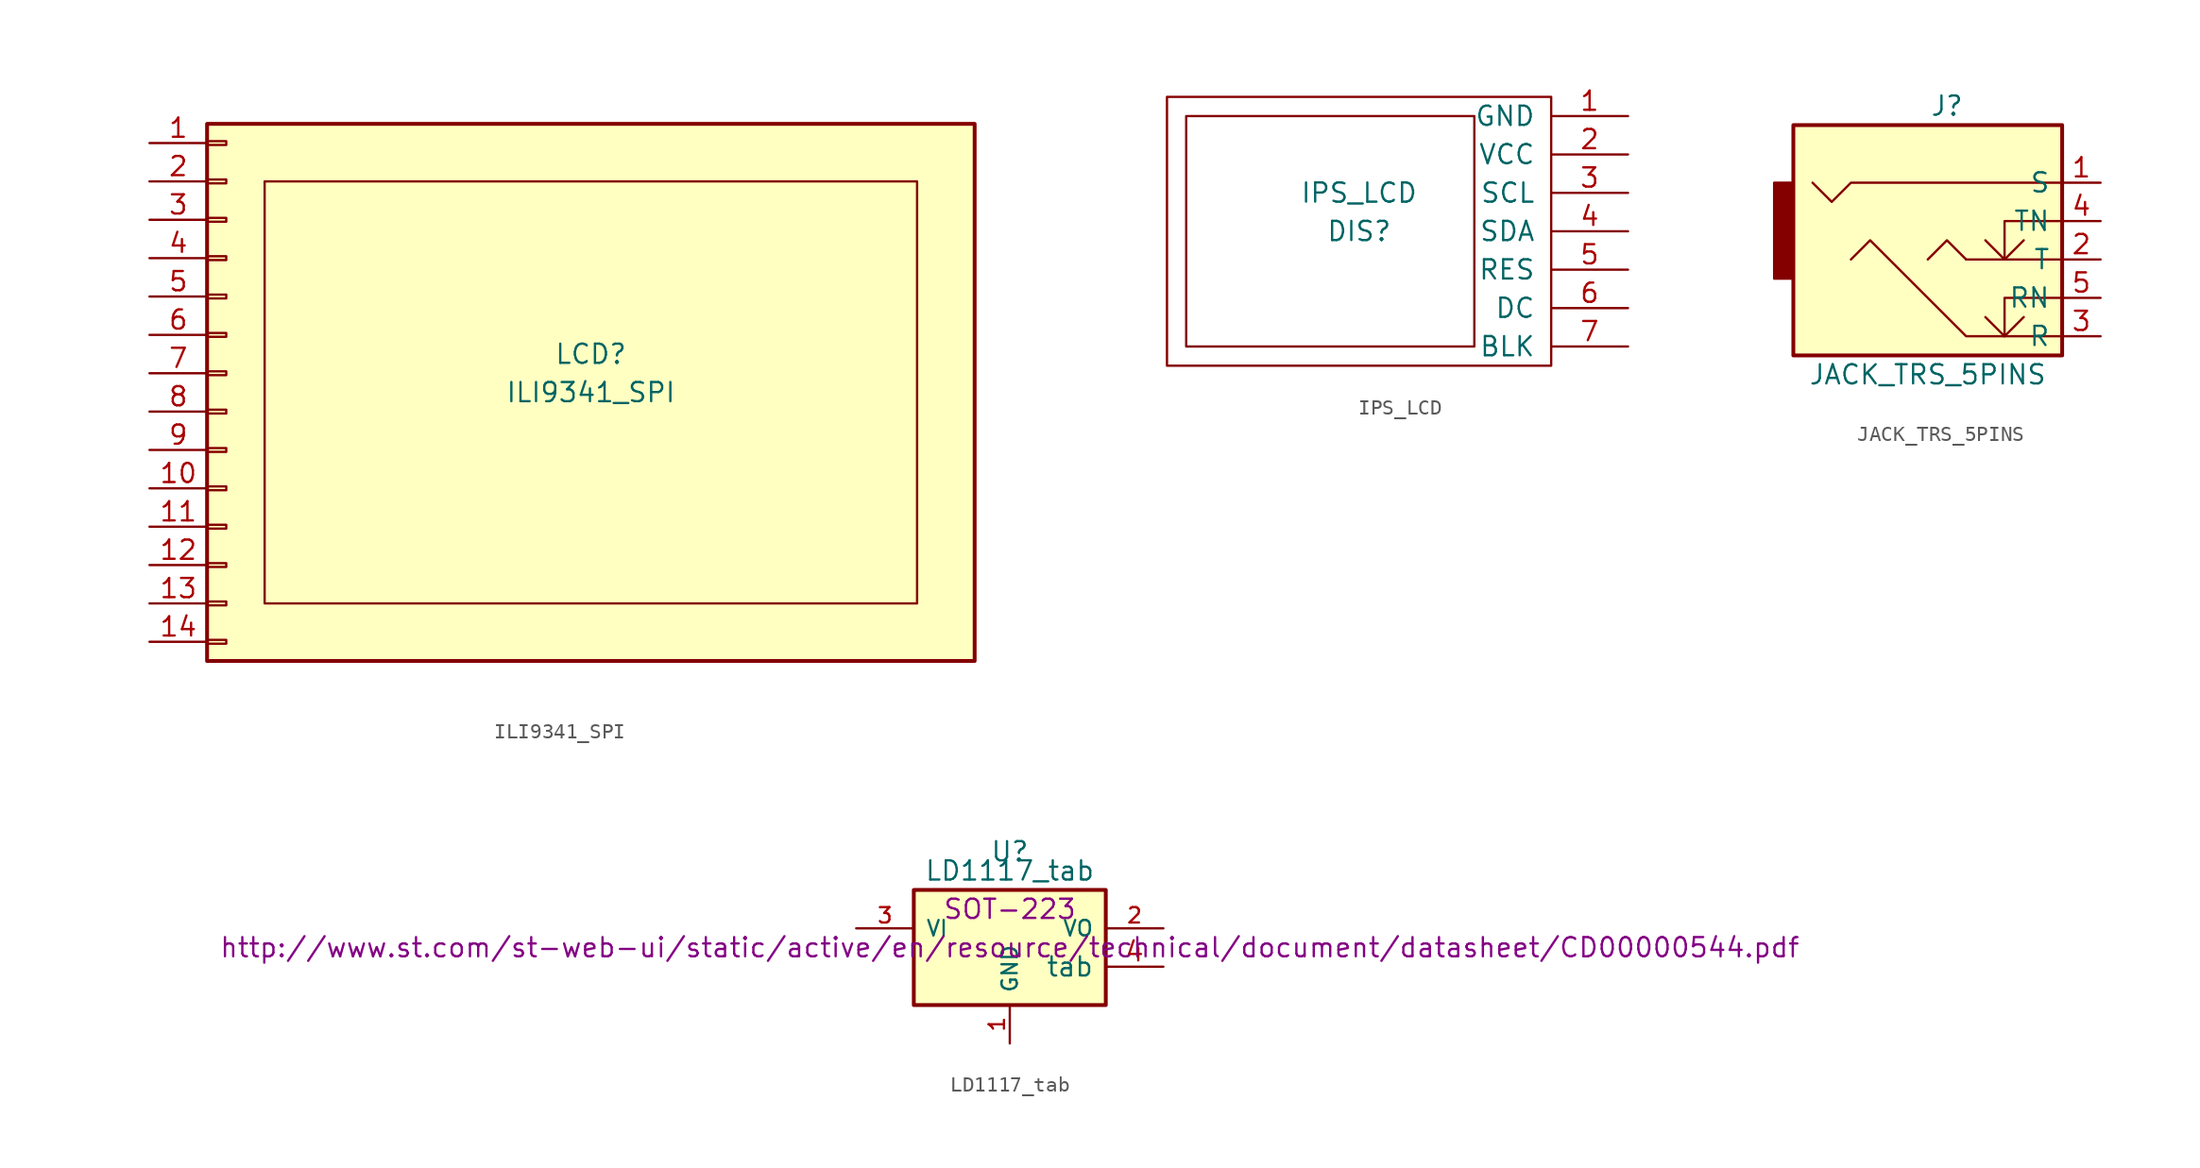
<source format=kicad_sym>
(kicad_symbol_lib
  (version 20211014)
  (generator kicad_symbol_editor)
  (symbol "ILI9341_SPI"
    (pin_names
      (offset 1.016) hide)
    (property "Reference" "LCD"
      (at 24.13 1.27 0)
      (effects (font (size 1.27 1.27))))
    (property "Value" "ILI9341_SPI"
      (at 24.13 -1.27 0)
      (effects (font (size 1.27 1.27))))
    (symbol "ILI9341_SPI_0_1"
      (rectangle (start 2.54 12.7) (end 45.72 -15.24) (stroke (width 0) (type default) (color 0 0 0 0)) (fill (type none))))
    (symbol "ILI9341_SPI_1_1"
      (rectangle (start -1.27 -17.653) (end 0 -17.907) (stroke (width 0.152) (type default) (color 0 0 0 0)) (fill (type none)))
      (rectangle (start -1.27 -15.113) (end 0 -15.367) (stroke (width 0.152) (type default) (color 0 0 0 0)) (fill (type none)))
      (rectangle (start -1.27 -12.573) (end 0 -12.827) (stroke (width 0.152) (type default) (color 0 0 0 0)) (fill (type none)))
      (rectangle (start -1.27 -10.033) (end 0 -10.287) (stroke (width 0.152) (type default) (color 0 0 0 0)) (fill (type none)))
      (rectangle (start -1.27 -7.493) (end 0 -7.747) (stroke (width 0.152) (type default) (color 0 0 0 0)) (fill (type none)))
      (rectangle (start -1.27 -4.953) (end 0 -5.207) (stroke (width 0.152) (type default) (color 0 0 0 0)) (fill (type none)))
      (rectangle (start -1.27 -2.413) (end 0 -2.667) (stroke (width 0.152) (type default) (color 0 0 0 0)) (fill (type none)))
      (rectangle (start -1.27 0.127) (end 0 -0.127) (stroke (width 0.152) (type default) (color 0 0 0 0)) (fill (type none)))
      (rectangle (start -1.27 2.667) (end 0 2.413) (stroke (width 0.152) (type default) (color 0 0 0 0)) (fill (type none)))
      (rectangle (start -1.27 5.207) (end 0 4.953) (stroke (width 0.152) (type default) (color 0 0 0 0)) (fill (type none)))
      (rectangle (start -1.27 7.747) (end 0 7.493) (stroke (width 0.152) (type default) (color 0 0 0 0)) (fill (type none)))
      (rectangle (start -1.27 10.287) (end 0 10.033) (stroke (width 0.152) (type default) (color 0 0 0 0)) (fill (type none)))
      (rectangle (start -1.27 12.827) (end 0 12.573) (stroke (width 0.152) (type default) (color 0 0 0 0)) (fill (type none)))
      (rectangle (start -1.27 15.367) (end 0 15.113) (stroke (width 0.152) (type default) (color 0 0 0 0)) (fill (type none)))
      (rectangle (start -1.27 16.51) (end 49.53 -19.05) (stroke (width 0.254) (type default) (color 0 0 0 0)) (fill (type background)))
      (pin passive line (at -5.08 15.24 0) (length 3.81) (name "VCC" (effects (font (size 1.27 1.27)))) (number "1" (effects (font (size 1.27 1.27)))))
      (pin passive line (at -5.08 -7.62 0) (length 3.81) (name "NC" (effects (font (size 1.27 1.27)))) (number "10" (effects (font (size 1.27 1.27)))))
      (pin passive line (at -5.08 -10.16 0) (length 3.81) (name "NC" (effects (font (size 1.27 1.27)))) (number "11" (effects (font (size 1.27 1.27)))))
      (pin passive line (at -5.08 -12.7 0) (length 3.81) (name "NC" (effects (font (size 1.27 1.27)))) (number "12" (effects (font (size 1.27 1.27)))))
      (pin passive line (at -5.08 -15.24 0) (length 3.81) (name "NC" (effects (font (size 1.27 1.27)))) (number "13" (effects (font (size 1.27 1.27)))))
      (pin passive line (at -5.08 -17.78 0) (length 3.81) (name "NC" (effects (font (size 1.27 1.27)))) (number "14" (effects (font (size 1.27 1.27)))))
      (pin passive line (at -5.08 12.7 0) (length 3.81) (name "GND" (effects (font (size 1.27 1.27)))) (number "2" (effects (font (size 1.27 1.27)))))
      (pin passive line (at -5.08 10.16 0) (length 3.81) (name "CS" (effects (font (size 1.27 1.27)))) (number "3" (effects (font (size 1.27 1.27)))))
      (pin passive line (at -5.08 7.62 0) (length 3.81) (name "NRST" (effects (font (size 1.27 1.27)))) (number "4" (effects (font (size 1.27 1.27)))))
      (pin passive line (at -5.08 5.08 0) (length 3.81) (name "D/C" (effects (font (size 1.27 1.27)))) (number "5" (effects (font (size 1.27 1.27)))))
      (pin passive line (at -5.08 2.54 0) (length 3.81) (name "SDI" (effects (font (size 1.27 1.27)))) (number "6" (effects (font (size 1.27 1.27)))))
      (pin passive line (at -5.08 0 0) (length 3.81) (name "SCK" (effects (font (size 1.27 1.27)))) (number "7" (effects (font (size 1.27 1.27)))))
      (pin passive line (at -5.08 -2.54 0) (length 3.81) (name "LED" (effects (font (size 1.27 1.27)))) (number "8" (effects (font (size 1.27 1.27)))))
      (pin passive line (at -5.08 -5.08 0) (length 3.81) (name "SDO" (effects (font (size 1.27 1.27)))) (number "9" (effects (font (size 1.27 1.27)))))))
  (symbol "IPS_LCD"
    (pin_names
      (offset 1.016))
    (property "Reference" "DIS"
      (at 0 0 0)
      (effects (font (size 1.27 1.27))))
    (property "Value" "IPS_LCD"
      (at 0 2.54 0)
      (effects (font (size 1.27 1.27))))
    (symbol "IPS_LCD_0_1"
      (rectangle (start -12.7 8.89) (end 12.7 -8.89) (stroke (width 0) (type default) (color 0 0 0 0)) (fill (type none)))
      (rectangle (start -11.43 7.62) (end 7.62 -7.62) (stroke (width 0) (type default) (color 0 0 0 0)) (fill (type none))))
    (symbol "IPS_LCD_1_1"
      (pin power_in line (at 17.78 7.62 180) (length 5.08) (name "GND" (effects (font (size 1.27 1.27)))) (number "1" (effects (font (size 1.27 1.27)))))
      (pin power_in line (at 17.78 5.08 180) (length 5.08) (name "VCC" (effects (font (size 1.27 1.27)))) (number "2" (effects (font (size 1.27 1.27)))))
      (pin input line (at 17.78 2.54 180) (length 5.08) (name "SCL" (effects (font (size 1.27 1.27)))) (number "3" (effects (font (size 1.27 1.27)))))
      (pin input line (at 17.78 0 180) (length 5.08) (name "SDA" (effects (font (size 1.27 1.27)))) (number "4" (effects (font (size 1.27 1.27)))))
      (pin input line (at 17.78 -2.54 180) (length 5.08) (name "RES" (effects (font (size 1.27 1.27)))) (number "5" (effects (font (size 1.27 1.27)))))
      (pin input line (at 17.78 -5.08 180) (length 5.08) (name "DC" (effects (font (size 1.27 1.27)))) (number "6" (effects (font (size 1.27 1.27)))))
      (pin input line (at 17.78 -7.62 180) (length 5.08) (name "BLK" (effects (font (size 1.27 1.27)))) (number "7" (effects (font (size 1.27 1.27)))))))
  (symbol "JACK_TRS_5PINS"
    (pin_names
      (offset 0.762))
    (property "Reference" "J"
      (at 0 10.16 0)
      (effects (font (size 1.27 1.27))))
    (property "Value" "JACK_TRS_5PINS"
      (at -1.27 -7.62 0)
      (effects (font (size 1.27 1.27))))
    (symbol "JACK_TRS_5PINS_0_0"
      (polyline (pts (xy 3.81 -5.08) (xy 3.81 -2.54) (xy 7.62 -2.54)) (stroke (width 0) (type default) (color 0 0 0 0)) (fill (type none)))
      (polyline (pts (xy 3.81 0) (xy 3.81 2.54) (xy 7.62 2.54)) (stroke (width 0) (type default) (color 0 0 0 0)) (fill (type none)))
      (polyline (pts (xy -8.89 5.08) (xy -7.62 3.81) (xy -6.35 5.08) (xy 7.62 5.08)) (stroke (width 0) (type default) (color 0 0 0 0)) (fill (type none)))
      (polyline (pts (xy -6.35 0) (xy -5.08 1.27) (xy 1.27 -5.08) (xy 7.62 -5.08)) (stroke (width 0) (type default) (color 0 0 0 0)) (fill (type none))))
    (symbol "JACK_TRS_5PINS_0_1"
      (rectangle (start -11.43 5.08) (end -10.16 -1.27) (stroke (width 0) (type default) (color 0 0 0 0)) (fill (type outline)))
      (polyline (pts (xy 1.27 0) (xy 7.62 0)) (stroke (width 0) (type default) (color 0 0 0 0)) (fill (type none)))
      (polyline (pts (xy 1.27 0) (xy 0 1.27) (xy -1.27 0) (xy -1.27 0)) (stroke (width 0) (type default) (color 0 0 0 0)) (fill (type none)))
      (polyline (pts (xy 2.54 -3.81) (xy 3.81 -5.08) (xy 5.08 -3.81) (xy 5.08 -3.81)) (stroke (width 0) (type default) (color 0 0 0 0)) (fill (type none)))
      (polyline (pts (xy 2.54 1.27) (xy 3.81 0) (xy 5.08 1.27) (xy 5.08 1.27)) (stroke (width 0) (type default) (color 0 0 0 0)) (fill (type none)))
      (rectangle (start 7.62 -6.35) (end -10.16 8.89) (stroke (width 0.254) (type default) (color 0 0 0 0)) (fill (type background))))
    (symbol "JACK_TRS_5PINS_1_1"
      (pin passive line (at 10.16 5.08 180) (length 2.54) (name "S" (effects (font (size 1.27 1.27)))) (number "1" (effects (font (size 1.27 1.27)))))
      (pin passive line (at 10.16 0 180) (length 2.54) (name "T" (effects (font (size 1.27 1.27)))) (number "2" (effects (font (size 1.27 1.27)))))
      (pin passive line (at 10.16 -5.08 180) (length 2.54) (name "R" (effects (font (size 1.27 1.27)))) (number "3" (effects (font (size 1.27 1.27)))))
      (pin passive line (at 10.16 2.54 180) (length 2.54) (name "TN" (effects (font (size 1.27 1.27)))) (number "4" (effects (font (size 1.27 1.27)))))
      (pin passive line (at 10.16 -2.54 180) (length 2.54) (name "RN" (effects (font (size 1.27 1.27)))) (number "5" (effects (font (size 1.27 1.27)))))))
  (symbol "LD1117_tab"
    (pin_names
      (offset 0.762))
    (property "Reference" "U"
      (at 0 6.35 0)
      (effects (font (size 1.27 1.27))))
    (property "Value" "LD1117_tab"
      (at 0 5.08 0)
      (effects (font (size 1.27 1.27))))
    (property "Footprint" "SOT-223"
      (at 0 2.54 0)
      (effects (font (size 1.27 1.27))))
    (property "Datasheet" "http://www.st.com/st-web-ui/static/active/en/resource/technical/document/datasheet/CD00000544.pdf"
      (at 0 0 0)
      (effects (font (size 1.27 1.27))))
    (symbol "LD1117_tab_0_1"
      (rectangle (start -6.35 -3.81) (end 6.35 3.81) (stroke (width 0.254) (type default) (color 0 0 0 0)) (fill (type background))))
    (symbol "LD1117_tab_1_1"
      (pin power_in line (at 0 -6.35 90) (length 2.54) (name "GND" (effects (font (size 1.016 1.016)))) (number "1" (effects (font (size 1.016 1.016)))))
      (pin power_out line (at 10.16 1.27 180) (length 3.81) (name "VO" (effects (font (size 1.016 1.016)))) (number "2" (effects (font (size 1.016 1.016)))))
      (pin power_in line (at -10.16 1.27 0) (length 3.81) (name "VI" (effects (font (size 1.016 1.016)))) (number "3" (effects (font (size 1.016 1.016)))))
      (pin input line (at 10.16 -1.27 180) (length 3.81) (name "tab" (effects (font (size 1.27 1.27)))) (number "4" (effects (font (size 1.27 1.27))))))))
</source>
